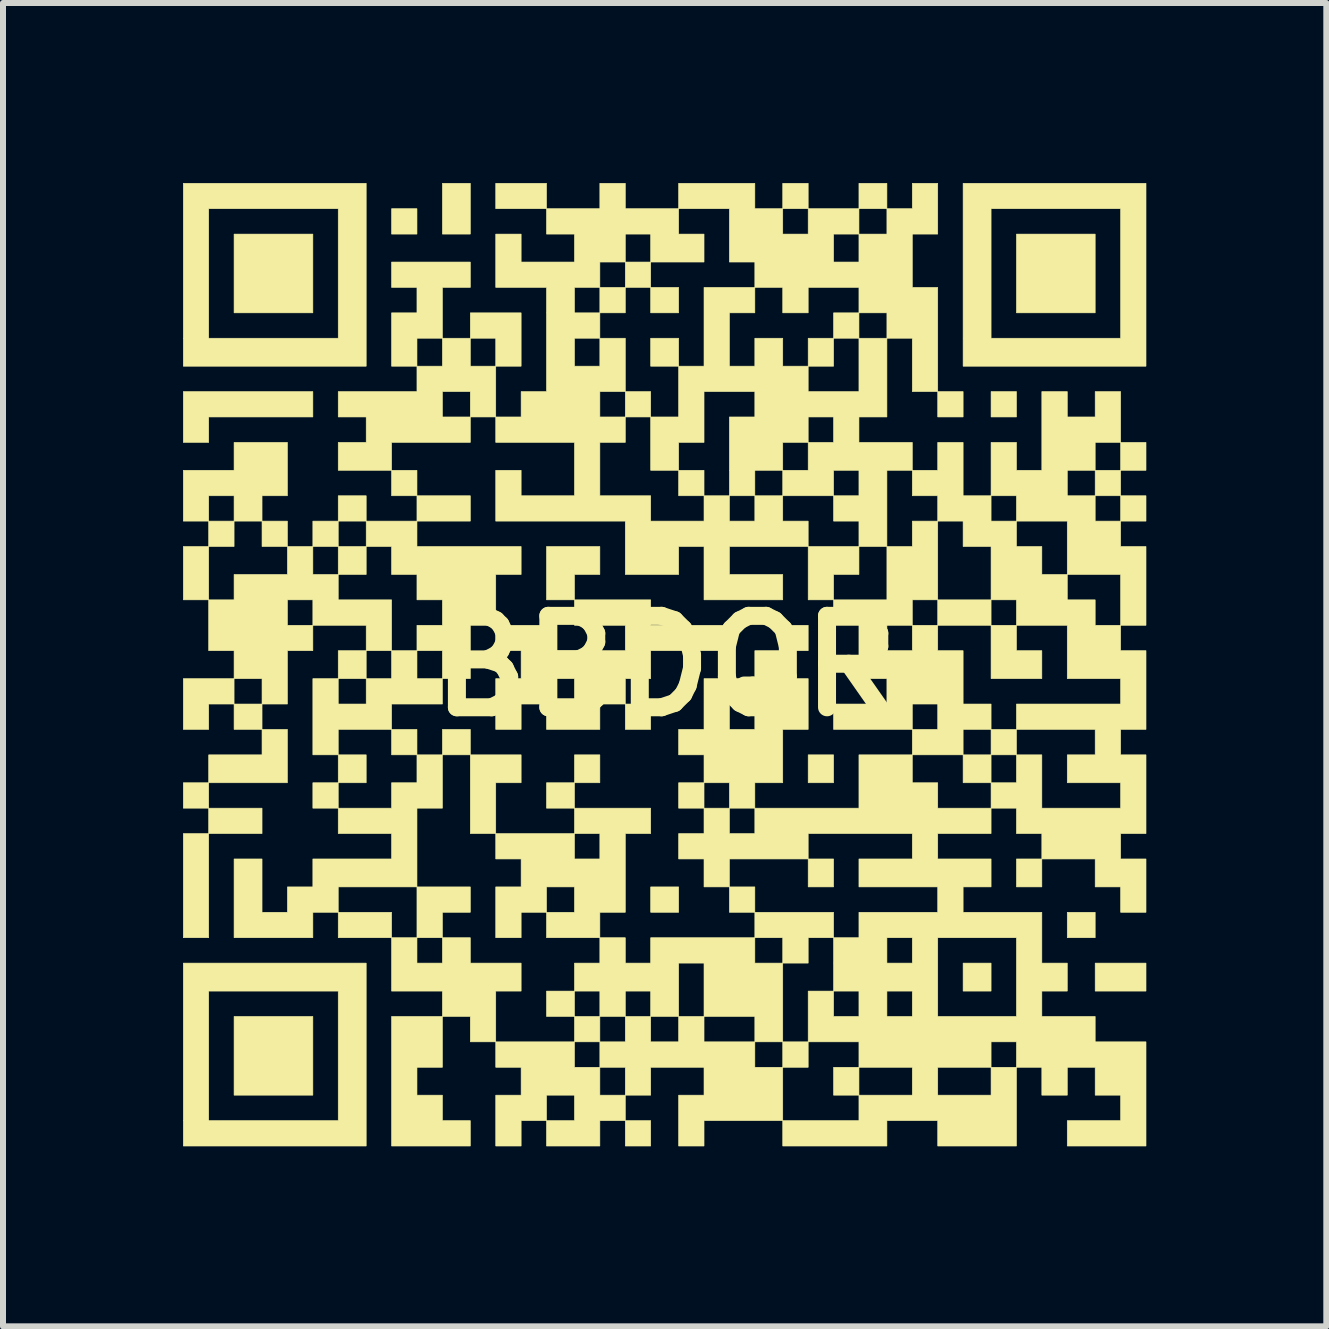
<source format=kicad_pcb>
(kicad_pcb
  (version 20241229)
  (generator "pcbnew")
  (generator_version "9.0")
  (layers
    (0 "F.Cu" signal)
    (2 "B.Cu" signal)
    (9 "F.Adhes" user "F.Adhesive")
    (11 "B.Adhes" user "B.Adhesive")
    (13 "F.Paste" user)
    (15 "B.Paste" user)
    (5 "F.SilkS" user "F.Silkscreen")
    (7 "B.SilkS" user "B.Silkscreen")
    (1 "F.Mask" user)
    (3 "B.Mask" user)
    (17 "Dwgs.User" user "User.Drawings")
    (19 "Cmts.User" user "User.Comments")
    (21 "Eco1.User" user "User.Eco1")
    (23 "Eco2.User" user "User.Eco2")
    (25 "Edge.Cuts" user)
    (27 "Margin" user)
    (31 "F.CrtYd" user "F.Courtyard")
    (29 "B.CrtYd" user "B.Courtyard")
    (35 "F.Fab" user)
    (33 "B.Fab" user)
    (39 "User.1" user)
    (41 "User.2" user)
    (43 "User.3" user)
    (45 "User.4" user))
  (footprint "BBDQR"
    (layer "F.Cu")
    (at 8.048 8.048)
    (property "Reference" "BBDQR" (at 0 0 0) (layer "F.SilkS") (effects (font (size 1.524 1.524) (thickness 0.3))))
    (attr through_hole)
    (fp_poly (pts (xy -7.62 -1.101) (xy -8.043 -1.101) (xy -8.043 -1.99) (xy -7.62 -1.99) (xy -7.62 -1.101)) (stroke (width 0.01) (type solid)) (fill yes) (layer "F.SilkS"))
    (fp_poly (pts (xy -7.62 2.371) (xy -8.043 2.371) (xy -8.043 1.947) (xy -7.62 1.947) (xy -7.62 2.371)) (stroke (width 0.01) (type solid)) (fill yes) (layer "F.SilkS"))
    (fp_poly (pts (xy -7.62 4.53) (xy -8.043 4.53) (xy -8.043 2.794) (xy -7.62 2.794) (xy -7.62 4.53)) (stroke (width 0.01) (type solid)) (fill yes) (layer "F.SilkS"))
    (fp_poly (pts (xy -6.731 2.794) (xy -7.62 2.794) (xy -7.62 2.371) (xy -6.731 2.371) (xy -6.731 2.794)) (stroke (width 0.01) (type solid)) (fill yes) (layer "F.SilkS"))
    (fp_poly (pts (xy -6.308 -1.99) (xy -6.731 -1.99) (xy -6.731 -2.413) (xy -6.308 -2.413) (xy -6.308 -1.99)) (stroke (width 0.01) (type solid)) (fill yes) (layer "F.SilkS"))
    (fp_poly (pts (xy -5.884 -5.884) (xy -7.197 -5.884) (xy -7.197 -7.197) (xy -5.884 -7.197) (xy -5.884 -5.884)) (stroke (width 0.01) (type solid)) (fill yes) (layer "F.SilkS"))
    (fp_poly (pts (xy -5.884 7.154) (xy -7.197 7.154) (xy -7.197 5.842) (xy -5.884 5.842) (xy -5.884 7.154)) (stroke (width 0.01) (type solid)) (fill yes) (layer "F.SilkS"))
    (fp_poly (pts (xy -5.461 2.371) (xy -5.884 2.371) (xy -5.884 1.947) (xy -5.461 1.947) (xy -5.461 2.371)) (stroke (width 0.01) (type solid)) (fill yes) (layer "F.SilkS"))
    (fp_poly (pts (xy -4.995 -1.524) (xy -5.461 -1.524) (xy -5.461 -1.99) (xy -4.995 -1.99) (xy -4.995 -1.524)) (stroke (width 0.01) (type solid)) (fill yes) (layer "F.SilkS"))
    (fp_poly (pts (xy -4.995 1.947) (xy -5.461 1.947) (xy -5.461 1.482) (xy -4.995 1.482) (xy -4.995 1.947)) (stroke (width 0.01) (type solid)) (fill yes) (layer "F.SilkS"))
    (fp_poly (pts (xy -4.572 4.53) (xy -5.461 4.53) (xy -5.461 4.106) (xy -4.572 4.106) (xy -4.572 4.53)) (stroke (width 0.01) (type solid)) (fill yes) (layer "F.SilkS"))
    (fp_poly (pts (xy -4.149 -7.197) (xy -4.572 -7.197) (xy -4.572 -7.62) (xy -4.149 -7.62) (xy -4.149 -7.197)) (stroke (width 0.01) (type solid)) (fill yes) (layer "F.SilkS"))
    (fp_poly (pts (xy -4.149 -2.836) (xy -4.572 -2.836) (xy -4.572 -3.26) (xy -4.149 -3.26) (xy -4.149 -2.836)) (stroke (width 0.01) (type solid)) (fill yes) (layer "F.SilkS"))
    (fp_poly (pts (xy -4.149 1.482) (xy -4.572 1.482) (xy -4.572 1.058) (xy -4.149 1.058) (xy -4.149 1.482)) (stroke (width 0.01) (type solid)) (fill yes) (layer "F.SilkS"))
    (fp_poly (pts (xy -3.26 -7.197) (xy -3.725 -7.197) (xy -3.725 -8.043) (xy -3.26 -8.043) (xy -3.26 -7.197)) (stroke (width 0.01) (type solid)) (fill yes) (layer "F.SilkS"))
    (fp_poly (pts (xy -3.26 -2.413) (xy -4.149 -2.413) (xy -4.149 -2.836) (xy -3.26 -2.836) (xy -3.26 -2.413)) (stroke (width 0.01) (type solid)) (fill yes) (layer "F.SilkS"))
    (fp_poly (pts (xy -3.26 1.482) (xy -3.725 1.482) (xy -3.725 1.058) (xy -3.26 1.058) (xy -3.26 1.482)) (stroke (width 0.01) (type solid)) (fill yes) (layer "F.SilkS"))
    (fp_poly (pts (xy -1.99 -7.62) (xy -2.836 -7.62) (xy -2.836 -8.043) (xy -1.99 -8.043) (xy -1.99 -7.62)) (stroke (width 0.01) (type solid)) (fill yes) (layer "F.SilkS"))
    (fp_poly (pts (xy -1.524 2.371) (xy -1.99 2.371) (xy -1.99 1.947) (xy -1.524 1.947) (xy -1.524 2.371)) (stroke (width 0.01) (type solid)) (fill yes) (layer "F.SilkS"))
    (fp_poly (pts (xy -1.101 1.947) (xy -1.524 1.947) (xy -1.524 1.482) (xy -1.101 1.482) (xy -1.101 1.947)) (stroke (width 0.01) (type solid)) (fill yes) (layer "F.SilkS"))
    (fp_poly (pts (xy -0.677 -5.884) (xy -1.101 -5.884) (xy -1.101 -6.308) (xy -0.677 -6.308) (xy -0.677 -5.884)) (stroke (width 0.01) (type solid)) (fill yes) (layer "F.SilkS"))
    (fp_poly (pts (xy -0.254 -6.308) (xy -0.677 -6.308) (xy -0.677 -6.731) (xy -0.254 -6.731) (xy -0.254 -6.308)) (stroke (width 0.01) (type solid)) (fill yes) (layer "F.SilkS"))
    (fp_poly (pts (xy -0.254 -4.149) (xy -0.677 -4.149) (xy -0.677 -4.572) (xy -0.254 -4.572) (xy -0.254 -4.149)) (stroke (width 0.01) (type solid)) (fill yes) (layer "F.SilkS"))
    (fp_poly (pts (xy -0.254 1.058) (xy -0.677 1.058) (xy -0.677 0.635) (xy -0.254 0.635) (xy -0.254 1.058)) (stroke (width 0.01) (type solid)) (fill yes) (layer "F.SilkS"))
    (fp_poly (pts (xy -0.254 8.001) (xy -0.677 8.001) (xy -0.677 7.578) (xy -0.254 7.578) (xy -0.254 8.001)) (stroke (width 0.01) (type solid)) (fill yes) (layer "F.SilkS"))
    (fp_poly (pts (xy 0.212 -5.884) (xy -0.254 -5.884) (xy -0.254 -6.308) (xy 0.212 -6.308) (xy 0.212 -5.884)) (stroke (width 0.01) (type solid)) (fill yes) (layer "F.SilkS"))
    (fp_poly (pts (xy 0.212 -4.995) (xy -0.254 -4.995) (xy -0.254 -5.461) (xy 0.212 -5.461) (xy 0.212 -4.995)) (stroke (width 0.01) (type solid)) (fill yes) (layer "F.SilkS"))
    (fp_poly (pts (xy 0.212 4.106) (xy -0.254 4.106) (xy -0.254 3.683) (xy 0.212 3.683) (xy 0.212 4.106)) (stroke (width 0.01) (type solid)) (fill yes) (layer "F.SilkS"))
    (fp_poly (pts (xy 0.635 -2.836) (xy 0.212 -2.836) (xy 0.212 -3.26) (xy 0.635 -3.26) (xy 0.635 -2.836)) (stroke (width 0.01) (type solid)) (fill yes) (layer "F.SilkS"))
    (fp_poly (pts (xy 0.635 2.371) (xy 0.212 2.371) (xy 0.212 1.947) (xy 0.635 1.947) (xy 0.635 2.371)) (stroke (width 0.01) (type solid)) (fill yes) (layer "F.SilkS"))
    (fp_poly (pts (xy 1.482 4.106) (xy 1.058 4.106) (xy 1.058 3.683) (xy 1.482 3.683) (xy 1.482 4.106)) (stroke (width 0.01) (type solid)) (fill yes) (layer "F.SilkS"))
    (fp_poly (pts (xy 2.371 -0.254) (xy 1.947 -0.254) (xy 1.947 -0.677) (xy 2.371 -0.677) (xy 2.371 -0.254)) (stroke (width 0.01) (type solid)) (fill yes) (layer "F.SilkS"))
    (fp_poly (pts (xy 2.371 6.689) (xy 1.947 6.689) (xy 1.947 6.265) (xy 2.371 6.265) (xy 2.371 6.689)) (stroke (width 0.01) (type solid)) (fill yes) (layer "F.SilkS"))
    (fp_poly (pts (xy 2.794 -4.995) (xy 2.371 -4.995) (xy 2.371 -5.461) (xy 2.794 -5.461) (xy 2.794 -4.995)) (stroke (width 0.01) (type solid)) (fill yes) (layer "F.SilkS"))
    (fp_poly (pts (xy 2.794 1.947) (xy 2.371 1.947) (xy 2.371 1.482) (xy 2.794 1.482) (xy 2.794 1.947)) (stroke (width 0.01) (type solid)) (fill yes) (layer "F.SilkS"))
    (fp_poly (pts (xy 2.794 3.683) (xy 2.371 3.683) (xy 2.371 3.217) (xy 2.794 3.217) (xy 2.794 3.683)) (stroke (width 0.01) (type solid)) (fill yes) (layer "F.SilkS"))
    (fp_poly (pts (xy 3.217 -5.461) (xy 2.794 -5.461) (xy 2.794 -5.884) (xy 3.217 -5.884) (xy 3.217 -5.461)) (stroke (width 0.01) (type solid)) (fill yes) (layer "F.SilkS"))
    (fp_poly (pts (xy 3.217 7.154) (xy 2.794 7.154) (xy 2.794 6.689) (xy 3.217 6.689) (xy 3.217 7.154)) (stroke (width 0.01) (type solid)) (fill yes) (layer "F.SilkS"))
    (fp_poly (pts (xy 4.953 -4.149) (xy 4.53 -4.149) (xy 4.53 -4.572) (xy 4.953 -4.572) (xy 4.953 -4.149)) (stroke (width 0.01) (type solid)) (fill yes) (layer "F.SilkS"))
    (fp_poly (pts (xy 5.419 1.947) (xy 4.953 1.947) (xy 4.953 1.482) (xy 5.419 1.482) (xy 5.419 1.947)) (stroke (width 0.01) (type solid)) (fill yes) (layer "F.SilkS"))
    (fp_poly (pts (xy 5.419 5.419) (xy 4.953 5.419) (xy 4.953 4.953) (xy 5.419 4.953) (xy 5.419 5.419)) (stroke (width 0.01) (type solid)) (fill yes) (layer "F.SilkS"))
    (fp_poly (pts (xy 5.842 -4.149) (xy 5.419 -4.149) (xy 5.419 -4.572) (xy 5.842 -4.572) (xy 5.842 -4.149)) (stroke (width 0.01) (type solid)) (fill yes) (layer "F.SilkS"))
    (fp_poly (pts (xy 5.842 1.482) (xy 5.419 1.482) (xy 5.419 1.058) (xy 5.842 1.058) (xy 5.842 1.482)) (stroke (width 0.01) (type solid)) (fill yes) (layer "F.SilkS"))
    (fp_poly (pts (xy 6.265 3.683) (xy 5.842 3.683) (xy 5.842 3.217) (xy 6.265 3.217) (xy 6.265 3.683)) (stroke (width 0.01) (type solid)) (fill yes) (layer "F.SilkS"))
    (fp_poly (pts (xy 7.154 -5.884) (xy 5.842 -5.884) (xy 5.842 -7.197) (xy 7.154 -7.197) (xy 7.154 -5.884)) (stroke (width 0.01) (type solid)) (fill yes) (layer "F.SilkS"))
    (fp_poly (pts (xy 7.154 4.53) (xy 6.689 4.53) (xy 6.689 4.106) (xy 7.154 4.106) (xy 7.154 4.53)) (stroke (width 0.01) (type solid)) (fill yes) (layer "F.SilkS"))
    (fp_poly (pts (xy 8.001 -2.413) (xy 7.578 -2.413) (xy 7.578 -2.836) (xy 8.001 -2.836) (xy 8.001 -2.413)) (stroke (width 0.01) (type solid)) (fill yes) (layer "F.SilkS"))
    (fp_poly (pts (xy 8.001 5.419) (xy 7.154 5.419) (xy 7.154 4.953) (xy 8.001 4.953) (xy 8.001 5.419)) (stroke (width 0.01) (type solid)) (fill yes) (layer "F.SilkS"))
    (fp_poly (pts (xy -6.308 1.947) (xy -7.62 1.947) (xy -7.62 1.482) (xy -6.731 1.482) (xy -6.731 1.058) (xy -6.308 1.058) (xy -6.308 1.947)) (stroke (width 0.01) (type solid)) (fill yes) (layer "F.SilkS"))
    (fp_poly (pts (xy -5.884 -4.149) (xy -7.62 -4.149) (xy -7.62 -3.725) (xy -8.043 -3.725) (xy -8.043 -4.572) (xy -5.884 -4.572) (xy -5.884 -4.149)) (stroke (width 0.01) (type solid)) (fill yes) (layer "F.SilkS"))
    (fp_poly (pts (xy -3.26 4.106) (xy -3.725 4.106) (xy -3.725 4.53) (xy -4.149 4.53) (xy -4.149 3.683) (xy -3.26 3.683) (xy -3.26 4.106)) (stroke (width 0.01) (type solid)) (fill yes) (layer "F.SilkS"))
    (fp_poly (pts (xy -2.413 1.947) (xy -2.836 1.947) (xy -2.836 2.794) (xy -3.26 2.794) (xy -3.26 1.482) (xy -2.413 1.482) (xy -2.413 1.947)) (stroke (width 0.01) (type solid)) (fill yes) (layer "F.SilkS"))
    (fp_poly (pts (xy -1.101 -1.524) (xy -1.524 -1.524) (xy -1.524 -1.101) (xy -1.99 -1.101) (xy -1.99 -1.99) (xy -1.101 -1.99) (xy -1.101 -1.524)) (stroke (width 0.01) (type solid)) (fill yes) (layer "F.SilkS"))
    (fp_poly (pts (xy 3.217 -1.524) (xy 2.794 -1.524) (xy 2.794 -1.101) (xy 2.371 -1.101) (xy 2.371 -1.99) (xy 3.217 -1.99) (xy 3.217 -1.524)) (stroke (width 0.01) (type solid)) (fill yes) (layer "F.SilkS"))
    (fp_poly (pts (xy 5.842 -0.254) (xy 6.265 -0.254) (xy 6.265 0.212) (xy 5.419 0.212) (xy 5.419 -0.677) (xy 5.842 -0.677) (xy 5.842 -0.254)) (stroke (width 0.01) (type solid)) (fill yes) (layer "F.SilkS"))
    (fp_poly (pts (xy -3.725 6.689) (xy -4.149 6.689) (xy -4.149 7.154) (xy -3.725 7.154) (xy -3.725 7.578) (xy -3.26 7.578) (xy -3.26 8.001) (xy -4.572 8.001) (xy -4.572 5.842) (xy -3.725 5.842) (xy -3.725 6.689)) (stroke (width 0.01) (type solid)) (fill yes) (layer "F.SilkS"))
    (fp_poly (pts (xy -4.995 -4.995) (xy -8.043 -4.995) (xy -8.043 -7.62) (xy -7.62 -7.62) (xy -7.62 -5.461) (xy -5.461 -5.461) (xy -5.461 -7.62) (xy -7.62 -7.62) (xy -8.043 -7.62) (xy -8.043 -8.043) (xy -4.995 -8.043) (xy -4.995 -4.995)) (stroke (width 0.01) (type solid)) (fill yes) (layer "F.SilkS"))
    (fp_poly (pts (xy -4.995 8.001) (xy -8.043 8.001) (xy -8.043 5.419) (xy -7.62 5.419) (xy -7.62 7.578) (xy -5.461 7.578) (xy -5.461 5.419) (xy -7.62 5.419) (xy -8.043 5.419) (xy -8.043 4.953) (xy -4.995 4.953) (xy -4.995 8.001)) (stroke (width 0.01) (type solid)) (fill yes) (layer "F.SilkS"))
    (fp_poly (pts (xy 8.001 -4.995) (xy 4.953 -4.995) (xy 4.953 -7.62) (xy 5.419 -7.62) (xy 5.419 -5.461) (xy 7.578 -5.461) (xy 7.578 -7.62) (xy 5.419 -7.62) (xy 4.953 -7.62) (xy 4.953 -8.043) (xy 8.001 -8.043) (xy 8.001 -4.995)) (stroke (width 0.01) (type solid)) (fill yes) (layer "F.SilkS"))
    (fp_poly (pts (xy -3.725 5.419) (xy -4.572 5.419) (xy -4.572 4.53) (xy -4.149 4.53) (xy -4.149 4.953) (xy -3.725 4.953) (xy -3.725 4.53) (xy -3.26 4.53) (xy -3.26 4.953) (xy -2.413 4.953) (xy -2.413 5.419) (xy -2.836 5.419) (xy -2.836 6.265) (xy -3.26 6.265) (xy -3.26 5.842) (xy -3.725 5.842) (xy -3.725 5.419)) (stroke (width 0.01) (type solid)) (fill yes) (layer "F.SilkS"))
    (fp_poly (pts (xy -6.308 -2.836) (xy -6.731 -2.836) (xy -6.731 -2.413) (xy -7.197 -2.413) (xy -7.197 -1.99) (xy -7.62 -1.99) (xy -7.62 -2.413) (xy -8.043 -2.413) (xy -8.043 -2.836) (xy -7.62 -2.836) (xy -7.62 -2.413) (xy -7.197 -2.413) (xy -7.197 -2.836) (xy -7.62 -2.836) (xy -8.043 -2.836) (xy -8.043 -3.26) (xy -7.197 -3.26) (xy -7.197 -3.725) (xy -6.308 -3.725) (xy -6.308 -2.836)) (stroke (width 0.01) (type solid)) (fill yes) (layer "F.SilkS"))
    (fp_poly (pts (xy -3.725 2.371) (xy -4.149 2.371) (xy -4.149 3.683) (xy -5.461 3.683) (xy -5.461 4.106) (xy -5.884 4.106) (xy -5.884 4.53) (xy -7.197 4.53) (xy -7.197 3.217) (xy -6.731 3.217) (xy -6.731 4.106) (xy -6.308 4.106) (xy -6.308 3.683) (xy -5.884 3.683) (xy -5.884 3.217) (xy -4.572 3.217) (xy -4.572 2.794) (xy -5.461 2.794) (xy -5.461 2.371) (xy -4.572 2.371) (xy -4.572 1.947) (xy -4.149 1.947) (xy -4.149 1.482) (xy -3.725 1.482) (xy -3.725 2.371)) (stroke (width 0.01) (type solid)) (fill yes) (layer "F.SilkS"))
    (fp_poly (pts (xy 0.635 1.482) (xy 0.212 1.482) (xy 0.212 1.058) (xy 0.635 1.058) (xy 0.635 0.635) (xy 1.058 0.635) (xy 1.058 1.058) (xy 1.482 1.058) (xy 1.482 0.635) (xy 1.058 0.635) (xy 0.635 0.635) (xy 0.635 0.212) (xy 1.482 0.212) (xy 1.482 -0.254) (xy 1.947 -0.254) (xy 1.947 0.212) (xy 2.371 0.212) (xy 2.371 1.058) (xy 1.947 1.058) (xy 1.947 1.947) (xy 1.482 1.947) (xy 1.482 2.371) (xy 1.058 2.371) (xy 1.058 1.947) (xy 0.635 1.947) (xy 0.635 1.482)) (stroke (width 0.01) (type solid)) (fill yes) (layer "F.SilkS"))
    (fp_poly (pts (xy -0.254 2.794) (xy -0.677 2.794) (xy -0.677 4.106) (xy -1.101 4.106) (xy -1.101 4.53) (xy -1.99 4.53) (xy -1.99 4.106) (xy -2.413 4.106) (xy -2.413 4.53) (xy -2.836 4.53) (xy -2.836 3.683) (xy -2.413 3.683) (xy -1.99 3.683) (xy -1.99 4.106) (xy -1.524 4.106) (xy -1.524 3.683) (xy -1.99 3.683) (xy -2.413 3.683) (xy -2.413 3.217) (xy -2.836 3.217) (xy -2.836 2.794) (xy -1.524 2.794) (xy -1.524 3.217) (xy -1.101 3.217) (xy -1.101 2.794) (xy -1.524 2.794) (xy -1.524 2.371) (xy -0.254 2.371) (xy -0.254 2.794)) (stroke (width 0.01) (type solid)) (fill yes) (layer "F.SilkS"))
    (fp_poly (pts (xy -0.254 -0.677) (xy 1.058 -0.677) (xy 1.058 -0.254) (xy -0.254 -0.254) (xy -0.254 0.212) (xy -0.677 0.212) (xy -0.677 0.635) (xy -1.101 0.635) (xy -1.101 1.058) (xy -1.99 1.058) (xy -1.99 0.635) (xy -2.413 0.635) (xy -2.413 1.058) (xy -2.836 1.058) (xy -2.836 0.212) (xy -2.413 0.212) (xy -1.99 0.212) (xy -1.99 0.635) (xy -1.524 0.635) (xy -1.524 0.212) (xy -1.99 0.212) (xy -2.413 0.212) (xy -2.413 -0.254) (xy -2.836 -0.254) (xy -2.836 -0.677) (xy -1.99 -0.677) (xy -1.99 -0.254) (xy -0.677 -0.254) (xy -0.677 -0.677) (xy -1.524 -0.677) (xy -1.524 -1.101) (xy -0.254 -1.101) (xy -0.254 -0.677)) (stroke (width 0.01) (type solid)) (fill yes) (layer "F.SilkS"))
    (fp_poly (pts (xy 2.794 4.53) (xy 2.371 4.53) (xy 2.371 4.953) (xy 1.947 4.953) (xy 1.947 6.265) (xy 1.482 6.265) (xy 1.482 5.842) (xy 0.635 5.842) (xy 0.635 4.953) (xy 0.212 4.953) (xy 0.212 5.842) (xy -0.254 5.842) (xy -0.254 5.419) (xy -0.677 5.419) (xy -0.677 5.842) (xy -1.101 5.842) (xy -1.101 6.265) (xy -1.524 6.265) (xy -1.524 5.842) (xy -1.99 5.842) (xy -1.99 5.419) (xy -1.524 5.419) (xy -1.524 5.842) (xy -1.101 5.842) (xy -1.101 5.419) (xy -1.524 5.419) (xy -1.524 4.953) (xy -1.101 4.953) (xy -1.101 4.53) (xy -0.677 4.53) (xy -0.677 4.953) (xy -0.254 4.953) (xy -0.254 4.53) (xy 1.482 4.53) (xy 1.482 4.953) (xy 1.947 4.953) (xy 1.947 4.53) (xy 1.482 4.53) (xy 1.482 4.106) (xy 2.794 4.106) (xy 2.794 4.53)) (stroke (width 0.01) (type solid)) (fill yes) (layer "F.SilkS"))
    (fp_poly (pts (xy 5.419 -1.101) (xy 5.419 -0.677) (xy 4.53 -0.677) (xy 4.53 -0.254) (xy 4.953 -0.254) (xy 4.953 0.635) (xy 5.419 0.635) (xy 5.419 1.058) (xy 4.953 1.058) (xy 4.953 1.482) (xy 4.106 1.482) (xy 4.106 1.058) (xy 2.794 1.058) (xy 2.794 0.635) (xy 3.683 0.635) (xy 4.106 0.635) (xy 4.106 1.058) (xy 4.53 1.058) (xy 4.53 0.635) (xy 4.106 0.635) (xy 3.683 0.635) (xy 3.683 0.212) (xy 3.217 0.212) (xy 3.217 -0.677) (xy 3.683 -0.677) (xy 3.683 -0.254) (xy 4.106 -0.254) (xy 4.106 -0.677) (xy 3.683 -0.677) (xy 3.217 -0.677) (xy 2.794 -0.677) (xy 2.794 -1.101) (xy 3.683 -1.101) (xy 4.106 -1.101) (xy 4.106 -0.677) (xy 4.53 -0.677) (xy 4.53 -1.101) (xy 4.106 -1.101) (xy 3.683 -1.101) (xy 3.683 -1.99) (xy 4.106 -1.99) (xy 4.106 -2.413) (xy 4.53 -2.413) (xy 4.53 -1.101) (xy 5.419 -1.101)) (stroke (width 0.01) (type solid)) (fill yes) (layer "F.SilkS"))
    (fp_poly (pts (xy -3.26 -6.308) (xy -3.725 -6.308) (xy -3.725 -5.461) (xy -3.26 -5.461) (xy -3.26 -4.995) (xy -2.836 -4.995) (xy -2.836 -5.461) (xy -3.26 -5.461) (xy -3.26 -5.884) (xy -2.413 -5.884) (xy -2.413 -4.995) (xy -2.836 -4.995) (xy -2.836 -4.149) (xy -3.26 -4.149) (xy -3.26 -3.725) (xy -4.572 -3.725) (xy -4.572 -3.26) (xy -5.461 -3.26) (xy -5.461 -3.725) (xy -4.995 -3.725) (xy -4.995 -4.149) (xy -5.461 -4.149) (xy -5.461 -4.572) (xy -4.149 -4.572) (xy -3.725 -4.572) (xy -3.725 -4.149) (xy -3.26 -4.149) (xy -3.26 -4.572) (xy -3.725 -4.572) (xy -4.149 -4.572) (xy -4.149 -4.995) (xy -4.572 -4.995) (xy -4.572 -5.461) (xy -4.149 -5.461) (xy -4.149 -4.995) (xy -3.725 -4.995) (xy -3.725 -5.461) (xy -4.149 -5.461) (xy -4.572 -5.461) (xy -4.572 -5.884) (xy -4.149 -5.884) (xy -4.149 -6.308) (xy -4.572 -6.308) (xy -4.572 -6.731) (xy -3.26 -6.731) (xy -3.26 -6.308)) (stroke (width 0.01) (type solid)) (fill yes) (layer "F.SilkS"))
    (fp_poly (pts (xy -0.254 6.265) (xy 0.212 6.265) (xy 0.212 5.842) (xy 0.635 5.842) (xy 0.635 6.265) (xy 1.482 6.265) (xy 1.482 6.689) (xy 1.947 6.689) (xy 1.947 7.578) (xy 0.635 7.578) (xy 0.635 8.001) (xy 0.212 8.001) (xy 0.212 7.154) (xy 0.635 7.154) (xy 0.635 6.689) (xy -0.254 6.689) (xy -0.254 7.154) (xy -0.677 7.154) (xy -0.677 7.578) (xy -1.101 7.578) (xy -1.101 8.001) (xy -1.99 8.001) (xy -1.99 7.578) (xy -2.413 7.578) (xy -2.413 8.001) (xy -2.836 8.001) (xy -2.836 7.154) (xy -2.413 7.154) (xy -1.99 7.154) (xy -1.99 7.578) (xy -1.524 7.578) (xy -1.524 7.154) (xy -1.99 7.154) (xy -2.413 7.154) (xy -2.413 6.689) (xy -2.836 6.689) (xy -2.836 6.265) (xy -1.524 6.265) (xy -1.524 6.689) (xy -1.101 6.689) (xy -1.101 7.154) (xy -0.677 7.154) (xy -0.677 6.689) (xy -1.101 6.689) (xy -1.101 6.265) (xy -0.677 6.265) (xy -0.677 5.842) (xy -0.254 5.842) (xy -0.254 6.265)) (stroke (width 0.01) (type solid)) (fill yes) (layer "F.SilkS"))
    (fp_poly (pts (xy -4.149 -2.413) (xy -4.149 -1.99) (xy -2.413 -1.99) (xy -2.413 -1.524) (xy -2.836 -1.524) (xy -2.836 -0.677) (xy -3.26 -0.677) (xy -3.26 0.212) (xy -3.725 0.212) (xy -3.725 0.635) (xy -4.572 0.635) (xy -4.572 1.058) (xy -5.461 1.058) (xy -5.461 1.482) (xy -5.884 1.482) (xy -5.884 0.212) (xy -5.461 0.212) (xy -5.461 0.635) (xy -4.995 0.635) (xy -4.995 0.212) (xy -5.461 0.212) (xy -5.461 -0.254) (xy -4.995 -0.254) (xy -4.995 0.212) (xy -4.572 0.212) (xy -4.572 -0.254) (xy -4.995 -0.254) (xy -4.995 -0.677) (xy -5.884 -0.677) (xy -5.884 -0.254) (xy -6.308 -0.254) (xy -6.308 0.635) (xy -6.731 0.635) (xy -6.731 1.058) (xy -7.197 1.058) (xy -7.197 0.635) (xy -7.62 0.635) (xy -7.62 1.058) (xy -8.043 1.058) (xy -8.043 0.212) (xy -7.197 0.212) (xy -7.197 0.635) (xy -6.731 0.635) (xy -6.731 0.212) (xy -7.197 0.212) (xy -7.197 -0.254) (xy -7.62 -0.254) (xy -7.62 -1.101) (xy -7.197 -1.101) (xy -6.308 -1.101) (xy -6.308 -0.677) (xy -5.884 -0.677) (xy -5.884 -1.101) (xy -6.308 -1.101) (xy -7.197 -1.101) (xy -7.197 -1.524) (xy -6.308 -1.524) (xy -6.308 -1.99) (xy -5.884 -1.99) (xy -5.884 -1.524) (xy -5.461 -1.524) (xy -5.461 -1.101) (xy -4.572 -1.101) (xy -4.572 -0.254) (xy -4.149 -0.254) (xy -4.149 0.212) (xy -3.725 0.212) (xy -3.725 -0.254) (xy -4.149 -0.254) (xy -4.149 -0.677) (xy -3.725 -0.677) (xy -3.725 -1.101) (xy -4.149 -1.101) (xy -4.149 -1.524) (xy -4.572 -1.524) (xy -4.572 -1.99) (xy -4.995 -1.99) (xy -4.995 -2.413) (xy -5.461 -2.413) (xy -5.461 -1.99) (xy -5.884 -1.99) (xy -5.884 -2.413) (xy -5.461 -2.413) (xy -5.461 -2.836) (xy -4.995 -2.836) (xy -4.995 -2.413) (xy -4.149 -2.413)) (stroke (width 0.01) (type solid)) (fill yes) (layer "F.SilkS"))
    (fp_poly (pts (xy 6.265 2.794) (xy 5.842 2.794) (xy 5.842 2.371) (xy 5.419 2.371) (xy 5.419 1.947) (xy 5.842 1.947) (xy 5.842 1.482) (xy 6.265 1.482) (xy 6.265 2.371) (xy 7.578 2.371) (xy 7.578 1.947) (xy 6.689 1.947) (xy 6.689 1.482) (xy 7.154 1.482) (xy 7.154 1.058) (xy 5.842 1.058) (xy 5.842 0.635) (xy 7.578 0.635) (xy 7.578 0.212) (xy 6.689 0.212) (xy 6.689 -0.677) (xy 5.842 -0.677) (xy 5.842 -1.101) (xy 5.419 -1.101) (xy 5.419 -1.99) (xy 4.953 -1.99) (xy 4.953 -2.413) (xy 4.53 -2.413) (xy 4.53 -2.836) (xy 4.106 -2.836) (xy 4.106 -3.26) (xy 4.53 -3.26) (xy 4.53 -3.725) (xy 4.953 -3.725) (xy 4.953 -2.836) (xy 5.419 -2.836) (xy 5.419 -2.413) (xy 5.842 -2.413) (xy 5.842 -1.99) (xy 6.265 -1.99) (xy 6.265 -1.524) (xy 6.689 -1.524) (xy 6.689 -1.101) (xy 7.154 -1.101) (xy 7.154 -0.677) (xy 7.578 -0.677) (xy 7.578 -1.524) (xy 6.689 -1.524) (xy 6.689 -2.413) (xy 5.842 -2.413) (xy 5.842 -2.836) (xy 5.419 -2.836) (xy 5.419 -3.725) (xy 5.842 -3.725) (xy 5.842 -3.26) (xy 6.265 -3.26) (xy 6.689 -3.26) (xy 6.689 -2.836) (xy 7.154 -2.836) (xy 7.154 -3.26) (xy 6.689 -3.26) (xy 6.265 -3.26) (xy 6.265 -3.725) (xy 7.154 -3.725) (xy 7.154 -3.26) (xy 7.578 -3.26) (xy 7.578 -3.725) (xy 7.154 -3.725) (xy 6.265 -3.725) (xy 6.265 -4.572) (xy 6.689 -4.572) (xy 6.689 -4.149) (xy 7.154 -4.149) (xy 7.154 -4.572) (xy 7.578 -4.572) (xy 7.578 -3.725) (xy 8.001 -3.725) (xy 8.001 -3.26) (xy 7.578 -3.26) (xy 7.578 -2.836) (xy 7.154 -2.836) (xy 7.154 -2.413) (xy 7.578 -2.413) (xy 7.578 -1.99) (xy 8.001 -1.99) (xy 8.001 -0.677) (xy 7.578 -0.677) (xy 7.578 -0.254) (xy 8.001 -0.254) (xy 8.001 1.058) (xy 7.578 1.058) (xy 7.578 1.482) (xy 8.001 1.482) (xy 8.001 2.794) (xy 7.578 2.794) (xy 7.578 3.217) (xy 8.001 3.217) (xy 8.001 4.106) (xy 7.578 4.106) (xy 7.578 3.683) (xy 7.154 3.683) (xy 7.154 3.217) (xy 6.265 3.217) (xy 6.265 2.794)) (stroke (width 0.01) (type solid)) (fill yes) (layer "F.SilkS"))
    (fp_poly (pts (xy 4.106 1.947) (xy 4.53 1.947) (xy 4.53 2.371) (xy 5.419 2.371) (xy 5.419 2.794) (xy 4.53 2.794) (xy 4.53 3.217) (xy 5.419 3.217) (xy 5.419 3.683) (xy 4.953 3.683) (xy 4.953 4.106) (xy 6.265 4.106) (xy 6.265 4.953) (xy 6.689 4.953) (xy 6.689 5.419) (xy 6.265 5.419) (xy 6.265 5.842) (xy 7.154 5.842) (xy 7.154 6.265) (xy 8.001 6.265) (xy 8.001 8.001) (xy 6.689 8.001) (xy 6.689 7.578) (xy 7.578 7.578) (xy 7.578 7.154) (xy 7.154 7.154) (xy 7.154 6.689) (xy 6.689 6.689) (xy 6.689 7.154) (xy 6.265 7.154) (xy 6.265 6.689) (xy 5.842 6.689) (xy 5.842 8.001) (xy 4.53 8.001) (xy 4.53 7.578) (xy 3.683 7.578) (xy 3.683 8.001) (xy 1.947 8.001) (xy 1.947 7.578) (xy 3.217 7.578) (xy 3.217 7.154) (xy 4.106 7.154) (xy 4.106 6.689) (xy 4.53 6.689) (xy 4.53 7.154) (xy 5.419 7.154) (xy 5.419 6.689) (xy 4.53 6.689) (xy 4.106 6.689) (xy 3.217 6.689) (xy 3.217 6.265) (xy 5.419 6.265) (xy 5.419 6.689) (xy 5.842 6.689) (xy 5.842 6.265) (xy 5.419 6.265) (xy 3.217 6.265) (xy 2.371 6.265) (xy 2.371 5.419) (xy 2.794 5.419) (xy 2.794 5.842) (xy 3.217 5.842) (xy 3.217 5.419) (xy 3.683 5.419) (xy 3.683 5.842) (xy 4.106 5.842) (xy 4.106 5.419) (xy 3.683 5.419) (xy 3.217 5.419) (xy 2.794 5.419) (xy 2.794 4.53) (xy 3.217 4.53) (xy 3.683 4.53) (xy 3.683 4.953) (xy 4.106 4.953) (xy 4.106 4.53) (xy 4.53 4.53) (xy 4.53 5.842) (xy 5.842 5.842) (xy 5.842 4.53) (xy 4.53 4.53) (xy 4.106 4.53) (xy 3.683 4.53) (xy 3.217 4.53) (xy 3.217 4.106) (xy 4.53 4.106) (xy 4.53 3.683) (xy 3.217 3.683) (xy 3.217 3.217) (xy 4.106 3.217) (xy 4.106 2.794) (xy 2.371 2.794) (xy 2.371 3.217) (xy 1.058 3.217) (xy 1.058 3.683) (xy 0.635 3.683) (xy 0.635 3.217) (xy 0.212 3.217) (xy 0.212 2.794) (xy 0.635 2.794) (xy 0.635 2.371) (xy 1.058 2.371) (xy 1.058 2.794) (xy 1.482 2.794) (xy 1.482 2.371) (xy 3.217 2.371) (xy 3.217 1.482) (xy 4.106 1.482) (xy 4.106 1.947)) (stroke (width 0.01) (type solid)) (fill yes) (layer "F.SilkS"))
    (fp_poly (pts (xy -0.677 -7.62) (xy 0.212 -7.62) (xy 0.212 -8.043) (xy 1.482 -8.043) (xy 1.482 -7.62) (xy 1.947 -7.62) (xy 1.947 -7.197) (xy 2.371 -7.197) (xy 2.794 -7.197) (xy 2.794 -6.731) (xy 3.217 -6.731) (xy 3.217 -7.197) (xy 2.794 -7.197) (xy 2.371 -7.197) (xy 2.371 -7.62) (xy 1.947 -7.62) (xy 1.947 -8.043) (xy 2.371 -8.043) (xy 2.371 -7.62) (xy 3.217 -7.62) (xy 3.217 -7.197) (xy 3.683 -7.197) (xy 3.683 -7.62) (xy 3.217 -7.62) (xy 3.217 -8.043) (xy 3.683 -8.043) (xy 3.683 -7.62) (xy 4.106 -7.62) (xy 4.106 -8.043) (xy 4.53 -8.043) (xy 4.53 -7.197) (xy 4.106 -7.197) (xy 4.106 -6.308) (xy 4.53 -6.308) (xy 4.53 -4.572) (xy 4.106 -4.572) (xy 4.106 -5.461) (xy 3.683 -5.461) (xy 3.683 -4.149) (xy 3.217 -4.149) (xy 3.217 -3.725) (xy 4.106 -3.725) (xy 4.106 -3.26) (xy 3.683 -3.26) (xy 3.683 -1.99) (xy 3.217 -1.99) (xy 3.217 -2.413) (xy 2.794 -2.413) (xy 2.794 -2.836) (xy 1.947 -2.836) (xy 1.947 -2.413) (xy 2.371 -2.413) (xy 2.371 -1.99) (xy 1.058 -1.99) (xy 1.058 -1.524) (xy 1.947 -1.524) (xy 1.947 -1.101) (xy 0.635 -1.101) (xy 0.635 -1.99) (xy 0.212 -1.99) (xy 0.212 -1.524) (xy -0.677 -1.524) (xy -0.677 -2.413) (xy -2.836 -2.413) (xy -2.836 -3.26) (xy -2.413 -3.26) (xy -2.413 -2.836) (xy -1.524 -2.836) (xy -1.524 -3.725) (xy -2.836 -3.725) (xy -2.836 -4.149) (xy -2.413 -4.149) (xy -2.413 -4.572) (xy -1.99 -4.572) (xy -1.99 -5.461) (xy -1.524 -5.461) (xy -1.524 -4.995) (xy -1.101 -4.995) (xy -1.101 -5.461) (xy -1.524 -5.461) (xy -1.99 -5.461) (xy -1.99 -6.308) (xy -1.524 -6.308) (xy -1.524 -5.884) (xy -1.101 -5.884) (xy -1.101 -5.461) (xy -0.677 -5.461) (xy -0.677 -4.572) (xy -1.101 -4.572) (xy -1.101 -4.149) (xy -0.677 -4.149) (xy -0.677 -3.725) (xy -1.101 -3.725) (xy -1.101 -2.836) (xy -0.254 -2.836) (xy -0.254 -2.413) (xy 0.635 -2.413) (xy 0.635 -2.836) (xy 1.058 -2.836) (xy 1.058 -2.413) (xy 1.482 -2.413) (xy 1.482 -2.836) (xy 1.058 -2.836) (xy 1.058 -3.26) (xy 1.482 -3.26) (xy 1.482 -2.836) (xy 1.947 -2.836) (xy 1.947 -3.26) (xy 1.482 -3.26) (xy 1.058 -3.26) (xy 1.058 -3.725) (xy 1.947 -3.725) (xy 1.947 -3.26) (xy 2.371 -3.26) (xy 2.794 -3.26) (xy 2.794 -2.836) (xy 3.217 -2.836) (xy 3.217 -3.26) (xy 2.794 -3.26) (xy 2.371 -3.26) (xy 2.371 -3.725) (xy 1.947 -3.725) (xy 1.058 -3.725) (xy 1.058 -4.149) (xy 1.482 -4.149) (xy 2.371 -4.149) (xy 2.371 -3.725) (xy 2.794 -3.725) (xy 2.794 -4.149) (xy 2.371 -4.149) (xy 1.482 -4.149) (xy 1.482 -4.572) (xy 0.635 -4.572) (xy 0.635 -3.725) (xy 0.212 -3.725) (xy 0.212 -3.26) (xy -0.254 -3.26) (xy -0.254 -4.149) (xy 0.212 -4.149) (xy 0.212 -4.995) (xy 0.635 -4.995) (xy 0.635 -5.884) (xy 1.058 -5.884) (xy 1.058 -4.995) (xy 1.482 -4.995) (xy 1.482 -5.461) (xy 1.947 -5.461) (xy 1.947 -4.995) (xy 2.371 -4.995) (xy 2.371 -4.572) (xy 3.217 -4.572) (xy 3.217 -5.461) (xy 3.683 -5.461) (xy 3.683 -5.884) (xy 3.217 -5.884) (xy 3.217 -6.308) (xy 2.371 -6.308) (xy 2.371 -5.884) (xy 1.947 -5.884) (xy 1.947 -6.308) (xy 1.482 -6.308) (xy 1.482 -5.884) (xy 1.058 -5.884) (xy 0.635 -5.884) (xy 0.635 -6.308) (xy 1.482 -6.308) (xy 1.482 -6.731) (xy 1.058 -6.731) (xy 1.058 -7.62) (xy 0.212 -7.62) (xy 0.212 -7.197) (xy 0.635 -7.197) (xy 0.635 -6.731) (xy -0.254 -6.731) (xy -0.254 -7.197) (xy -0.677 -7.197) (xy -0.677 -6.731) (xy -1.101 -6.731) (xy -1.101 -6.308) (xy -1.524 -6.308) (xy -1.99 -6.308) (xy -2.836 -6.308) (xy -2.836 -7.197) (xy -2.413 -7.197) (xy -2.413 -6.731) (xy -1.524 -6.731) (xy -1.524 -7.197) (xy -1.99 -7.197) (xy -1.99 -7.62) (xy -1.101 -7.62) (xy -1.101 -8.043) (xy -0.677 -8.043) (xy -0.677 -7.62)) (stroke (width 0.01) (type solid)) (fill yes) (layer "F.SilkS")))
  (gr_rect
    (start -3 -3)
    (end 19.054 19.054)
    (stroke (width 0.1) (type default))
    (fill no)
    (layer "Edge.Cuts")))
</source>
